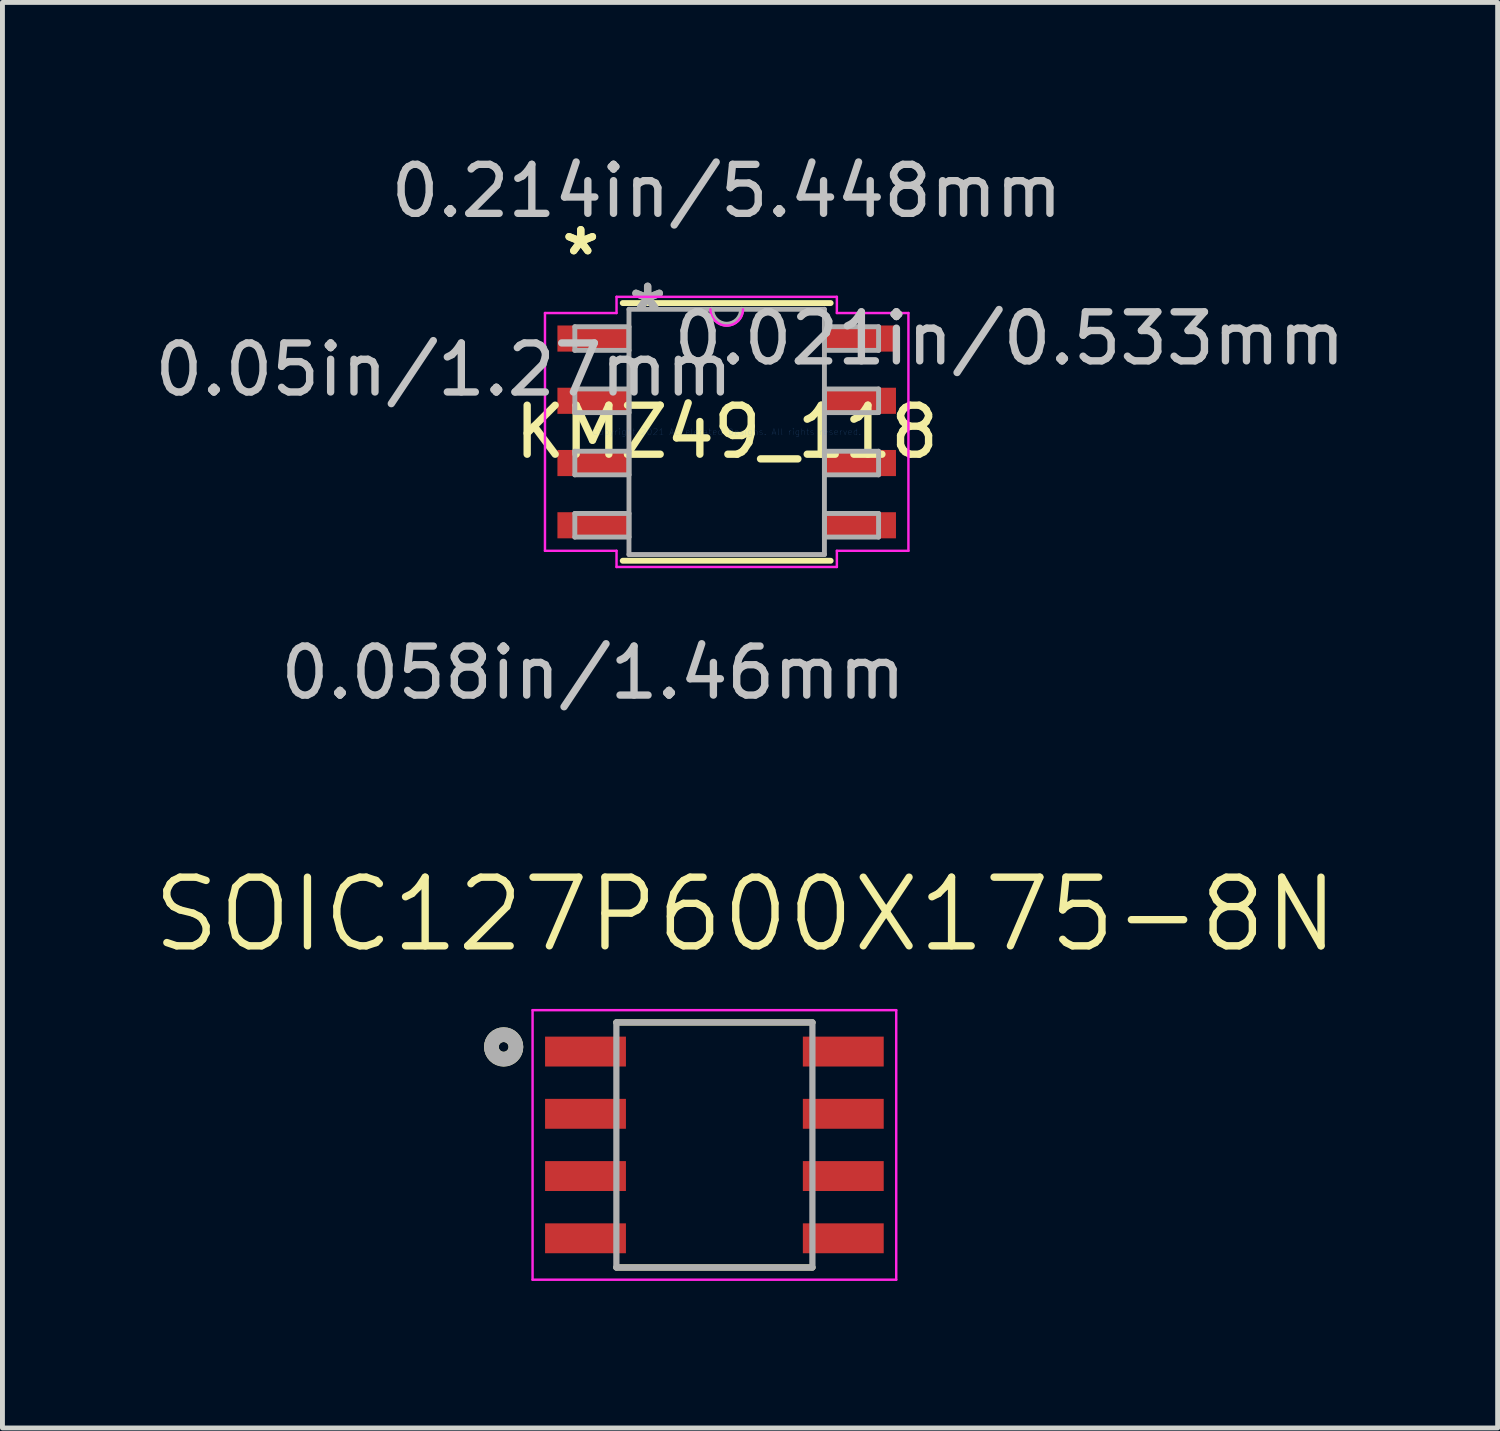
<source format=kicad_pcb>
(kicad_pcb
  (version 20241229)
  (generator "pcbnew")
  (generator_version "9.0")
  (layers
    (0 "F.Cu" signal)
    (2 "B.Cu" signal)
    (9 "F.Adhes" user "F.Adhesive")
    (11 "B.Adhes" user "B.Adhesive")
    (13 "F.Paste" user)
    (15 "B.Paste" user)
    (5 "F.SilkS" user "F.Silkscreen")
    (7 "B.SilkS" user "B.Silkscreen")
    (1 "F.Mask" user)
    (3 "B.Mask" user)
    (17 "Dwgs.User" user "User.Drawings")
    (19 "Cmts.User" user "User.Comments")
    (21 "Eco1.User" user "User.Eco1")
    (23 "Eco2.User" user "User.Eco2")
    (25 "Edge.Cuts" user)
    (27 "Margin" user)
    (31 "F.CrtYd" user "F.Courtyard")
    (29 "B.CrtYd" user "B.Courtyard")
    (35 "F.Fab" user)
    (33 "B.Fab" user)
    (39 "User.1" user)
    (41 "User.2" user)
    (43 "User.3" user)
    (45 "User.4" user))
  (footprint "KMZ49_118"
    (layer "F.Cu")
    (at 11.778 5.763)
    (property "Reference" "KMZ49_118" (at 0 0 0) (layer "F.SilkS") (effects (font (size 1 1) (thickness 0.15))))
    (attr through_hole)
    (fp_line (start -2.121 2.629) (end 2.121 2.629) (stroke (width 0.12) (type solid)) (layer "F.SilkS"))
    (fp_line (start 2.121 -2.629) (end -2.121 -2.629) (stroke (width 0.12) (type solid)) (layer "F.SilkS"))
    (fp_line (start -3.708 -2.426) (end -2.248 -2.426) (stroke (width 0.05) (type solid)) (layer "F.CrtYd"))
    (fp_line (start -3.708 2.426) (end -3.708 -2.426) (stroke (width 0.05) (type solid)) (layer "F.CrtYd"))
    (fp_line (start -2.248 -2.756) (end 2.248 -2.756) (stroke (width 0.05) (type solid)) (layer "F.CrtYd"))
    (fp_line (start -2.248 -2.426) (end -2.248 -2.756) (stroke (width 0.05) (type solid)) (layer "F.CrtYd"))
    (fp_line (start -2.248 2.426) (end -3.708 2.426) (stroke (width 0.05) (type solid)) (layer "F.CrtYd"))
    (fp_line (start -2.248 2.756) (end -2.248 2.426) (stroke (width 0.05) (type solid)) (layer "F.CrtYd"))
    (fp_line (start 2.248 -2.756) (end 2.248 -2.426) (stroke (width 0.05) (type solid)) (layer "F.CrtYd"))
    (fp_line (start 2.248 -2.426) (end 3.708 -2.426) (stroke (width 0.05) (type solid)) (layer "F.CrtYd"))
    (fp_line (start 2.248 2.426) (end 2.248 2.756) (stroke (width 0.05) (type solid)) (layer "F.CrtYd"))
    (fp_line (start 2.248 2.756) (end -2.248 2.756) (stroke (width 0.05) (type solid)) (layer "F.CrtYd"))
    (fp_line (start 3.708 -2.426) (end 3.708 2.426) (stroke (width 0.05) (type solid)) (layer "F.CrtYd"))
    (fp_line (start 3.708 2.426) (end 2.248 2.426) (stroke (width 0.05) (type solid)) (layer "F.CrtYd"))
    (fp_arc (start 0.332317 -2.5019) (mid 0 -2.169583) (end -0.332317 -2.5019) (stroke (width 0.05) (type solid)) (layer "F.CrtYd"))
    (fp_line (start -3.099 -2.146) (end -3.099 -1.664) (stroke (width 0.1) (type solid)) (layer "F.Fab"))
    (fp_line (start -3.099 -1.664) (end -1.994 -1.664) (stroke (width 0.1) (type solid)) (layer "F.Fab"))
    (fp_line (start -3.099 -0.876) (end -3.099 -0.394) (stroke (width 0.1) (type solid)) (layer "F.Fab"))
    (fp_line (start -3.099 -0.394) (end -1.994 -0.394) (stroke (width 0.1) (type solid)) (layer "F.Fab"))
    (fp_line (start -3.099 0.394) (end -3.099 0.876) (stroke (width 0.1) (type solid)) (layer "F.Fab"))
    (fp_line (start -3.099 0.876) (end -1.994 0.876) (stroke (width 0.1) (type solid)) (layer "F.Fab"))
    (fp_line (start -3.099 1.664) (end -3.099 2.146) (stroke (width 0.1) (type solid)) (layer "F.Fab"))
    (fp_line (start -3.099 2.146) (end -1.994 2.146) (stroke (width 0.1) (type solid)) (layer "F.Fab"))
    (fp_line (start -1.994 -2.502) (end -1.994 2.502) (stroke (width 0.1) (type solid)) (layer "F.Fab"))
    (fp_line (start -1.994 -2.146) (end -3.099 -2.146) (stroke (width 0.1) (type solid)) (layer "F.Fab"))
    (fp_line (start -1.994 -1.664) (end -1.994 -2.146) (stroke (width 0.1) (type solid)) (layer "F.Fab"))
    (fp_line (start -1.994 -0.876) (end -3.099 -0.876) (stroke (width 0.1) (type solid)) (layer "F.Fab"))
    (fp_line (start -1.994 -0.394) (end -1.994 -0.876) (stroke (width 0.1) (type solid)) (layer "F.Fab"))
    (fp_line (start -1.994 0.394) (end -3.099 0.394) (stroke (width 0.1) (type solid)) (layer "F.Fab"))
    (fp_line (start -1.994 0.876) (end -1.994 0.394) (stroke (width 0.1) (type solid)) (layer "F.Fab"))
    (fp_line (start -1.994 1.664) (end -3.099 1.664) (stroke (width 0.1) (type solid)) (layer "F.Fab"))
    (fp_line (start -1.994 2.146) (end -1.994 1.664) (stroke (width 0.1) (type solid)) (layer "F.Fab"))
    (fp_line (start -1.994 2.502) (end 1.994 2.502) (stroke (width 0.1) (type solid)) (layer "F.Fab"))
    (fp_line (start 1.994 -2.502) (end -1.994 -2.502) (stroke (width 0.1) (type solid)) (layer "F.Fab"))
    (fp_line (start 1.994 -2.146) (end 1.994 -1.664) (stroke (width 0.1) (type solid)) (layer "F.Fab"))
    (fp_line (start 1.994 -1.664) (end 3.099 -1.664) (stroke (width 0.1) (type solid)) (layer "F.Fab"))
    (fp_line (start 1.994 -0.876) (end 1.994 -0.394) (stroke (width 0.1) (type solid)) (layer "F.Fab"))
    (fp_line (start 1.994 -0.394) (end 3.099 -0.394) (stroke (width 0.1) (type solid)) (layer "F.Fab"))
    (fp_line (start 1.994 0.394) (end 1.994 0.876) (stroke (width 0.1) (type solid)) (layer "F.Fab"))
    (fp_line (start 1.994 0.876) (end 3.099 0.876) (stroke (width 0.1) (type solid)) (layer "F.Fab"))
    (fp_line (start 1.994 1.664) (end 1.994 2.146) (stroke (width 0.1) (type solid)) (layer "F.Fab"))
    (fp_line (start 1.994 2.146) (end 3.099 2.146) (stroke (width 0.1) (type solid)) (layer "F.Fab"))
    (fp_line (start 1.994 2.502) (end 1.994 -2.502) (stroke (width 0.1) (type solid)) (layer "F.Fab"))
    (fp_line (start 3.099 -2.146) (end 1.994 -2.146) (stroke (width 0.1) (type solid)) (layer "F.Fab"))
    (fp_line (start 3.099 -1.664) (end 3.099 -2.146) (stroke (width 0.1) (type solid)) (layer "F.Fab"))
    (fp_line (start 3.099 -0.876) (end 1.994 -0.876) (stroke (width 0.1) (type solid)) (layer "F.Fab"))
    (fp_line (start 3.099 -0.394) (end 3.099 -0.876) (stroke (width 0.1) (type solid)) (layer "F.Fab"))
    (fp_line (start 3.099 0.394) (end 1.994 0.394) (stroke (width 0.1) (type solid)) (layer "F.Fab"))
    (fp_line (start 3.099 0.876) (end 3.099 0.394) (stroke (width 0.1) (type solid)) (layer "F.Fab"))
    (fp_line (start 3.099 1.664) (end 1.994 1.664) (stroke (width 0.1) (type solid)) (layer "F.Fab"))
    (fp_line (start 3.099 2.146) (end 3.099 1.664) (stroke (width 0.1) (type solid)) (layer "F.Fab"))
    (fp_arc (start 0.3048 -2.5019) (mid 0 -2.1971) (end -0.3048 -2.5019) (stroke (width 0.1) (type solid)) (layer "F.Fab"))
    (fp_text user "*" (at -2.978 -3.581 0) (layer "F.SilkS") (effects (font (size 1 1) (thickness 0.15))))
    (fp_text user "*" (at -2.978 -3.581 0) (layer "F.SilkS") (effects (font (size 1 1) (thickness 0.15))))
    (fp_text user "0.214in/5.448mm" (at 0 -4.915 0) (layer "Dwgs.User") (effects (font (size 1 1) (thickness 0.15))))
    (fp_text user "0.05in/1.27mm" (at -5.772 -1.27 0) (layer "Dwgs.User") (effects (font (size 1 1) (thickness 0.15))))
    (fp_text user "0.058in/1.46mm" (at -2.724 4.915 0) (layer "Dwgs.User") (effects (font (size 1 1) (thickness 0.15))))
    (fp_text user "0.021in/0.533mm" (at 5.772 -1.905 0) (layer "Dwgs.User") (effects (font (size 1 1) (thickness 0.15))))
    (fp_text user "Copyright 2021 Accelerated Designs. All rights reserved." (at 0 0 0) (layer "Cmts.User") (effects (font (size 0.127 0.127) (thickness 0.002))))
    (fp_text user "*" (at -1.613 -2.426 0) (layer "F.Fab") (effects (font (size 1 1) (thickness 0.15))))
    (fp_text user "*" (at -1.613 -2.426 0) (layer "F.Fab") (effects (font (size 1 1) (thickness 0.15))))
    (pad "1" smd rect (at -2.724 -1.905) (size 1.46 0.533) (layers "F.Cu" "F.Mask" "F.Paste"))
    (pad "2" smd rect (at -2.724 -0.635) (size 1.46 0.533) (layers "F.Cu" "F.Mask" "F.Paste"))
    (pad "3" smd rect (at -2.724 0.635) (size 1.46 0.533) (layers "F.Cu" "F.Mask" "F.Paste"))
    (pad "4" smd rect (at -2.724 1.905) (size 1.46 0.533) (layers "F.Cu" "F.Mask" "F.Paste"))
    (pad "5" smd rect (at 2.724 1.905) (size 1.46 0.533) (layers "F.Cu" "F.Mask" "F.Paste"))
    (pad "6" smd rect (at 2.724 0.635) (size 1.46 0.533) (layers "F.Cu" "F.Mask" "F.Paste"))
    (pad "7" smd rect (at 2.724 -0.635) (size 1.46 0.533) (layers "F.Cu" "F.Mask" "F.Paste"))
    (pad "8" smd rect (at 2.724 -1.905) (size 1.46 0.533) (layers "F.Cu" "F.Mask" "F.Paste")))
  (footprint "SOIC127P600X175-8N"
    (layer "F.Cu")
    (at 11.527 20.312)
    (property "Reference" "SOIC127P600X175-8N" (at 0.636 -4.703 0) (layer "F.SilkS") (effects (font (size 1.401 1.401) (thickness 0.15))))
    (attr through_hole)
    (fp_line (start -2 -2.5) (end 2 -2.5) (stroke (width 0.127) (type solid)) (layer "F.SilkS"))
    (fp_line (start 2 2.5) (end -2 2.5) (stroke (width 0.127) (type solid)) (layer "F.SilkS"))
    (fp_circle (center -4.3 -2) (end -4.2 -2) (stroke (width 0.3) (type solid)) (fill no) (layer "F.SilkS"))
    (fp_line (start -3.71 -2.75) (end 3.71 -2.75) (stroke (width 0.05) (type solid)) (layer "F.CrtYd"))
    (fp_line (start -3.71 2.75) (end -3.71 -2.75) (stroke (width 0.05) (type solid)) (layer "F.CrtYd"))
    (fp_line (start 3.71 -2.75) (end 3.71 2.75) (stroke (width 0.05) (type solid)) (layer "F.CrtYd"))
    (fp_line (start 3.71 2.75) (end -3.71 2.75) (stroke (width 0.05) (type solid)) (layer "F.CrtYd"))
    (fp_line (start -2 -2.5) (end 2 -2.5) (stroke (width 0.127) (type solid)) (layer "F.Fab"))
    (fp_line (start -2 2.5) (end -2 -2.5) (stroke (width 0.127) (type solid)) (layer "F.Fab"))
    (fp_line (start 2 -2.5) (end 2 2.5) (stroke (width 0.127) (type solid)) (layer "F.Fab"))
    (fp_line (start 2 2.5) (end -2 2.5) (stroke (width 0.127) (type solid)) (layer "F.Fab"))
    (fp_circle (center -4.3 -2) (end -4.2 -2) (stroke (width 0.3) (type solid)) (fill no) (layer "F.Fab"))
    (pad "1" smd rect (at -2.63 -1.905) (size 1.65 0.61) (layers "F.Cu" "F.Mask" "F.Paste"))
    (pad "2" smd rect (at -2.63 -0.635) (size 1.65 0.61) (layers "F.Cu" "F.Mask" "F.Paste"))
    (pad "3" smd rect (at -2.63 0.635) (size 1.65 0.61) (layers "F.Cu" "F.Mask" "F.Paste"))
    (pad "4" smd rect (at -2.63 1.905) (size 1.65 0.61) (layers "F.Cu" "F.Mask" "F.Paste"))
    (pad "5" smd rect (at 2.63 1.905) (size 1.65 0.61) (layers "F.Cu" "F.Mask" "F.Paste"))
    (pad "6" smd rect (at 2.63 0.635) (size 1.65 0.61) (layers "F.Cu" "F.Mask" "F.Paste"))
    (pad "7" smd rect (at 2.63 -0.635) (size 1.65 0.61) (layers "F.Cu" "F.Mask" "F.Paste"))
    (pad "8" smd rect (at 2.63 -1.905) (size 1.65 0.61) (layers "F.Cu" "F.Mask" "F.Paste")))
  (gr_rect
    (start -3 -3)
    (end 27.509 26.087)
    (stroke (width 0.1) (type default))
    (fill no)
    (layer "Edge.Cuts")))
</source>
